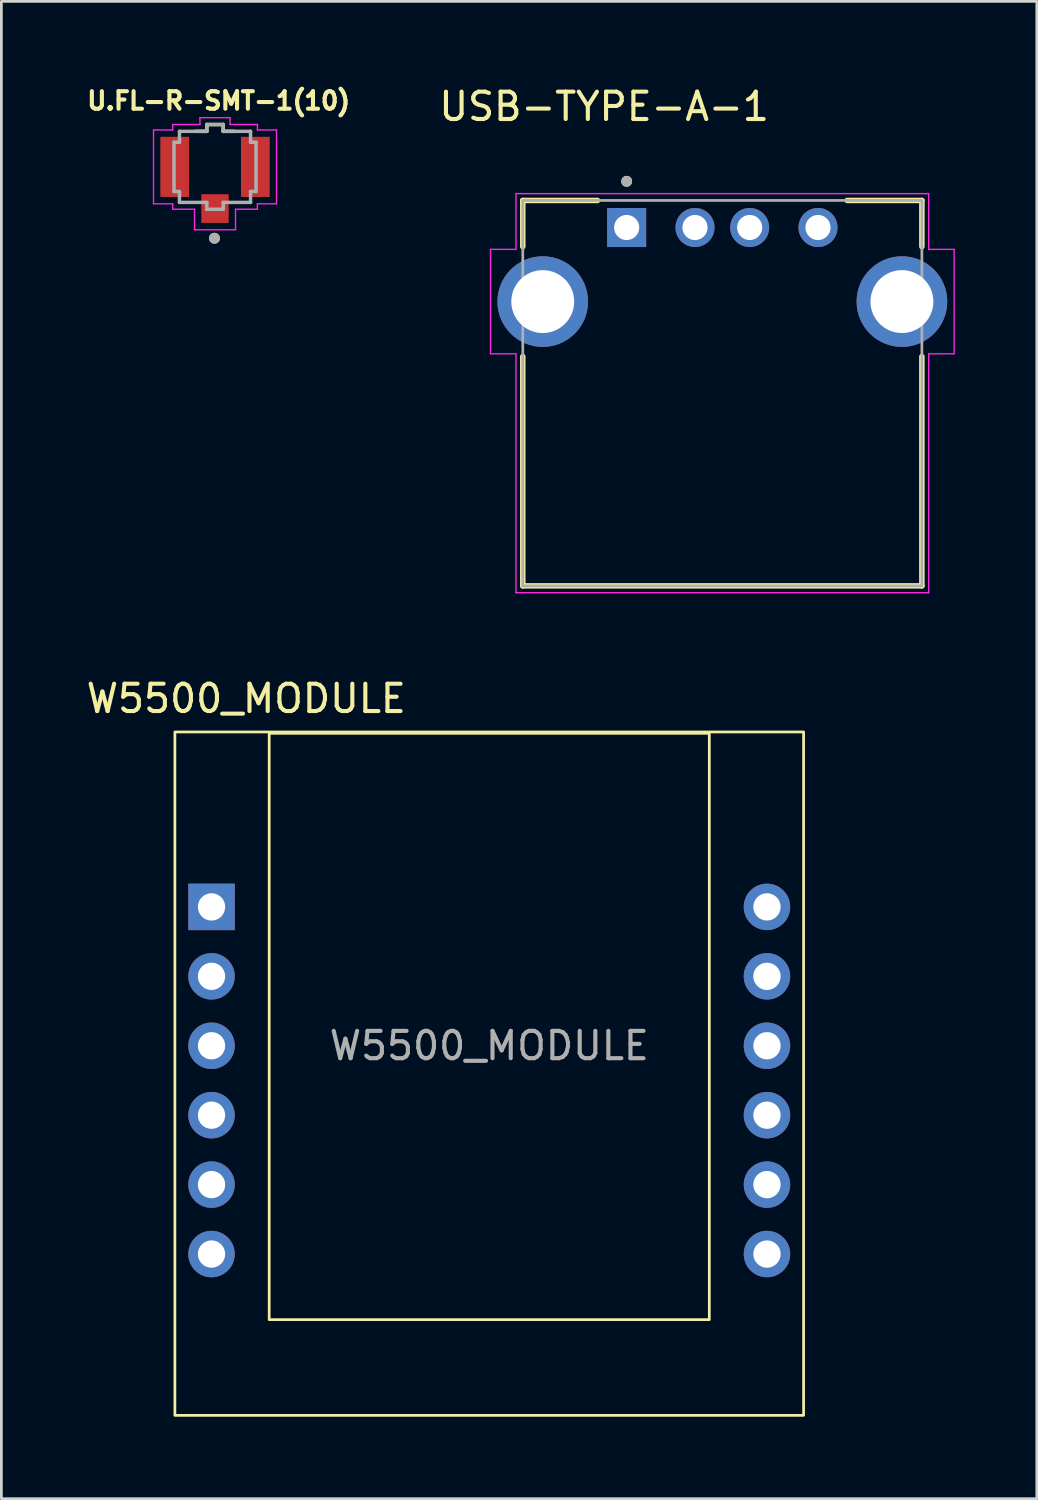
<source format=kicad_pcb>
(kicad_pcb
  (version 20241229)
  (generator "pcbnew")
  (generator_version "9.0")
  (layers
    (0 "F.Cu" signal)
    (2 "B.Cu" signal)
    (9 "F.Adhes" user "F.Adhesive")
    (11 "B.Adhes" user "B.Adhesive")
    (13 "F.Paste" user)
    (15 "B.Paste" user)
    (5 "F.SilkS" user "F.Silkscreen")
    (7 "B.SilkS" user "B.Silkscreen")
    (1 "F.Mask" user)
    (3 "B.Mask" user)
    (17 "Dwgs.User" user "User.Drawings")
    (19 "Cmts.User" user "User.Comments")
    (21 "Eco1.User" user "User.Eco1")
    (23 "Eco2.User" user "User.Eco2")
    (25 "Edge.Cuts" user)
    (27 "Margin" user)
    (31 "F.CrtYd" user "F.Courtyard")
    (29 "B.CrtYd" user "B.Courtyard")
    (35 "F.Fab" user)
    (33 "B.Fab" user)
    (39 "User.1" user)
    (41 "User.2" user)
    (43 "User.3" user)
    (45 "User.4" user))
  (footprint "U.FL-R-SMT-1(10)"
    (layer "F.Cu")
    (at 4.816 3.055)
    (property "Reference" "U.FL-R-SMT-1(10)" (at 0.134 -2.417 0) (layer "F.SilkS") (effects (font (size 0.641 0.641) (thickness 0.15))))
    (attr smd)
    (fp_line (start -0.3 -1.55) (end -0.3 -1.3) (stroke (width 0.127) (type solid)) (layer "F.SilkS"))
    (fp_line (start -0.3 -1.3) (end -0.7 -1.3) (stroke (width 0.127) (type solid)) (layer "F.SilkS"))
    (fp_line (start 0.3 -1.55) (end -0.3 -1.55) (stroke (width 0.127) (type solid)) (layer "F.SilkS"))
    (fp_line (start 0.3 -1.3) (end 0.3 -1.55) (stroke (width 0.127) (type solid)) (layer "F.SilkS"))
    (fp_line (start 0.7 -1.3) (end 0.3 -1.3) (stroke (width 0.127) (type solid)) (layer "F.SilkS"))
    (fp_circle (center -0.02 2.61) (end 0.08 2.61) (stroke (width 0.2) (type solid)) (fill no) (layer "F.SilkS"))
    (fp_line (start -2.25 -1.35) (end -1.55 -1.35) (stroke (width 0.05) (type solid)) (layer "F.CrtYd"))
    (fp_line (start -2.25 1.35) (end -2.25 -1.35) (stroke (width 0.05) (type solid)) (layer "F.CrtYd"))
    (fp_line (start -1.55 -1.55) (end -0.55 -1.55) (stroke (width 0.05) (type solid)) (layer "F.CrtYd"))
    (fp_line (start -1.55 -1.35) (end -1.55 -1.55) (stroke (width 0.05) (type solid)) (layer "F.CrtYd"))
    (fp_line (start -1.55 1.35) (end -2.25 1.35) (stroke (width 0.05) (type solid)) (layer "F.CrtYd"))
    (fp_line (start -1.55 1.35) (end -1.55 1.55) (stroke (width 0.05) (type solid)) (layer "F.CrtYd"))
    (fp_line (start -1.55 1.55) (end -0.75 1.55) (stroke (width 0.05) (type solid)) (layer "F.CrtYd"))
    (fp_line (start -0.75 1.55) (end -0.75 2.3) (stroke (width 0.05) (type solid)) (layer "F.CrtYd"))
    (fp_line (start -0.75 2.3) (end 0.75 2.3) (stroke (width 0.05) (type solid)) (layer "F.CrtYd"))
    (fp_line (start -0.55 -1.8) (end -0.55 -1.55) (stroke (width 0.05) (type solid)) (layer "F.CrtYd"))
    (fp_line (start 0.55 -1.8) (end -0.55 -1.8) (stroke (width 0.05) (type solid)) (layer "F.CrtYd"))
    (fp_line (start 0.55 -1.55) (end 0.55 -1.8) (stroke (width 0.05) (type solid)) (layer "F.CrtYd"))
    (fp_line (start 0.75 2.3) (end 0.75 1.55) (stroke (width 0.05) (type solid)) (layer "F.CrtYd"))
    (fp_line (start 1.55 -1.55) (end 0.55 -1.55) (stroke (width 0.05) (type solid)) (layer "F.CrtYd"))
    (fp_line (start 1.55 -1.35) (end 1.55 -1.55) (stroke (width 0.05) (type solid)) (layer "F.CrtYd"))
    (fp_line (start 1.55 -1.35) (end 2.25 -1.35) (stroke (width 0.05) (type solid)) (layer "F.CrtYd"))
    (fp_line (start 1.55 1.35) (end 1.55 1.55) (stroke (width 0.05) (type solid)) (layer "F.CrtYd"))
    (fp_line (start 1.55 1.55) (end 0.75 1.55) (stroke (width 0.05) (type solid)) (layer "F.CrtYd"))
    (fp_line (start 2.25 1.35) (end 1.55 1.35) (stroke (width 0.05) (type solid)) (layer "F.CrtYd"))
    (fp_line (start 2.25 1.35) (end 2.25 -1.35) (stroke (width 0.05) (type solid)) (layer "F.CrtYd"))
    (fp_line (start -1.5 -0.9) (end -1.5 0.9) (stroke (width 0.127) (type solid)) (layer "F.Fab"))
    (fp_line (start -1.5 0.9) (end -1.3 0.9) (stroke (width 0.127) (type solid)) (layer "F.Fab"))
    (fp_line (start -1.3 -1.3) (end -1.3 -0.9) (stroke (width 0.127) (type solid)) (layer "F.Fab"))
    (fp_line (start -1.3 -0.9) (end -1.5 -0.9) (stroke (width 0.127) (type solid)) (layer "F.Fab"))
    (fp_line (start -1.3 0.9) (end -1.3 1.3) (stroke (width 0.127) (type solid)) (layer "F.Fab"))
    (fp_line (start -1.3 1.3) (end -0.3 1.3) (stroke (width 0.127) (type solid)) (layer "F.Fab"))
    (fp_line (start -0.3 -1.55) (end -0.3 -1.3) (stroke (width 0.127) (type solid)) (layer "F.Fab"))
    (fp_line (start -0.3 -1.3) (end -1.3 -1.3) (stroke (width 0.127) (type solid)) (layer "F.Fab"))
    (fp_line (start -0.3 1.3) (end -0.3 1.55) (stroke (width 0.127) (type solid)) (layer "F.Fab"))
    (fp_line (start -0.3 1.55) (end 0.3 1.55) (stroke (width 0.127) (type solid)) (layer "F.Fab"))
    (fp_line (start 0.3 -1.55) (end -0.3 -1.55) (stroke (width 0.127) (type solid)) (layer "F.Fab"))
    (fp_line (start 0.3 -1.3) (end 0.3 -1.55) (stroke (width 0.127) (type solid)) (layer "F.Fab"))
    (fp_line (start 0.3 1.3) (end 1.3 1.3) (stroke (width 0.127) (type solid)) (layer "F.Fab"))
    (fp_line (start 0.3 1.55) (end 0.3 1.3) (stroke (width 0.127) (type solid)) (layer "F.Fab"))
    (fp_line (start 1.3 -1.3) (end 0.3 -1.3) (stroke (width 0.127) (type solid)) (layer "F.Fab"))
    (fp_line (start 1.3 -0.9) (end 1.3 -1.3) (stroke (width 0.127) (type solid)) (layer "F.Fab"))
    (fp_line (start 1.3 0.9) (end 1.5 0.9) (stroke (width 0.127) (type solid)) (layer "F.Fab"))
    (fp_line (start 1.3 1.3) (end 1.3 0.9) (stroke (width 0.127) (type solid)) (layer "F.Fab"))
    (fp_line (start 1.5 -0.9) (end 1.3 -0.9) (stroke (width 0.127) (type solid)) (layer "F.Fab"))
    (fp_line (start 1.5 0.9) (end 1.5 -0.9) (stroke (width 0.127) (type solid)) (layer "F.Fab"))
    (fp_circle (center -0.02 2.61) (end 0.08 2.61) (stroke (width 0.2) (type solid)) (fill no) (layer "F.Fab"))
    (pad "1" smd rect (at 0 1.525) (size 1 1.05) (layers "F.Cu" "F.Mask" "F.Paste"))
    (pad "2" smd rect (at 1.475 0) (size 1.05 2.2) (layers "F.Cu" "F.Mask" "F.Paste"))
    (pad "3" smd rect (at -1.475 0) (size 1.05 2.2) (layers "F.Cu" "F.Mask" "F.Paste"))
    (zone (net_name "") (layer "F.Cu") (hatch full 0.508) (connect_pads) (min_thickness 0.01) (filled_areas_thickness no) (keepout (tracks not_allowed) (vias not_allowed) (pads not_allowed) (copperpour not_allowed) (footprints allowed)) (placement (enabled no)) (fill) (polygon (pts (xy 5.766 1.955) (xy 5.766 4.055) (xy 3.866 4.055) (xy 3.866 1.955))))
    (zone (net_name "") (layers "F.Cu" "B.Cu") (hatch full 0.508) (connect_pads) (min_thickness 0.01) (filled_areas_thickness no) (keepout (tracks allowed) (vias not_allowed) (pads allowed) (copperpour allowed) (footprints allowed)) (placement (enabled no)) (fill) (polygon (pts (xy 5.766 1.955) (xy 5.766 4.055) (xy 3.866 4.055) (xy 3.866 1.955)))))
  (footprint "USB-TYPE-A-1"
    (layer "F.Cu")
    (at 23.375 7.983)
    (property "Reference" "USB-TYPE-A-1" (at -4.325 -7.135 0) (layer "F.SilkS") (effects (font (size 1 1) (thickness 0.15))))
    (attr through_hole)
    (fp_line (start -7.3 -3.7) (end -4.565 -3.7) (stroke (width 0.2) (type solid)) (layer "F.SilkS"))
    (fp_line (start -7.3 -2.01) (end -7.3 -3.7) (stroke (width 0.2) (type solid)) (layer "F.SilkS"))
    (fp_line (start -7.3 10.4) (end -7.3 2.01) (stroke (width 0.2) (type solid)) (layer "F.SilkS"))
    (fp_line (start 4.565 -3.7) (end 7.3 -3.7) (stroke (width 0.2) (type solid)) (layer "F.SilkS"))
    (fp_line (start 7.3 -3.7) (end 7.3 -2.01) (stroke (width 0.2) (type solid)) (layer "F.SilkS"))
    (fp_line (start 7.3 2.01) (end 7.3 10.4) (stroke (width 0.2) (type solid)) (layer "F.SilkS"))
    (fp_line (start 7.3 10.4) (end -7.3 10.4) (stroke (width 0.2) (type solid)) (layer "F.SilkS"))
    (fp_circle (center -3.5 -4.4) (end -3.4 -4.4) (stroke (width 0.2) (type solid)) (fill no) (layer "F.SilkS"))
    (fp_line (start -8.48 -1.91) (end -7.55 -1.91) (stroke (width 0.05) (type solid)) (layer "F.CrtYd"))
    (fp_line (start -8.48 1.91) (end -8.48 -1.91) (stroke (width 0.05) (type solid)) (layer "F.CrtYd"))
    (fp_line (start -7.55 -3.95) (end 7.55 -3.95) (stroke (width 0.05) (type solid)) (layer "F.CrtYd"))
    (fp_line (start -7.55 -1.91) (end -7.55 -3.95) (stroke (width 0.05) (type solid)) (layer "F.CrtYd"))
    (fp_line (start -7.55 1.91) (end -8.48 1.91) (stroke (width 0.05) (type solid)) (layer "F.CrtYd"))
    (fp_line (start -7.55 10.65) (end -7.55 1.91) (stroke (width 0.05) (type solid)) (layer "F.CrtYd"))
    (fp_line (start 7.55 -3.95) (end 7.55 -1.91) (stroke (width 0.05) (type solid)) (layer "F.CrtYd"))
    (fp_line (start 7.55 -1.91) (end 8.48 -1.91) (stroke (width 0.05) (type solid)) (layer "F.CrtYd"))
    (fp_line (start 7.55 1.91) (end 7.55 10.65) (stroke (width 0.05) (type solid)) (layer "F.CrtYd"))
    (fp_line (start 7.55 10.65) (end -7.55 10.65) (stroke (width 0.05) (type solid)) (layer "F.CrtYd"))
    (fp_line (start 8.48 -1.91) (end 8.48 1.91) (stroke (width 0.05) (type solid)) (layer "F.CrtYd"))
    (fp_line (start 8.48 1.91) (end 7.55 1.91) (stroke (width 0.05) (type solid)) (layer "F.CrtYd"))
    (fp_line (start -7.3 -3.7) (end 7.3 -3.7) (stroke (width 0.1) (type solid)) (layer "F.Fab"))
    (fp_line (start -7.3 10.4) (end -7.3 -3.7) (stroke (width 0.1) (type solid)) (layer "F.Fab"))
    (fp_line (start 7.3 -3.7) (end 7.3 10.4) (stroke (width 0.1) (type solid)) (layer "F.Fab"))
    (fp_line (start 7.3 10.4) (end -7.3 10.4) (stroke (width 0.1) (type solid)) (layer "F.Fab"))
    (fp_circle (center -3.5 -4.4) (end -3.4 -4.4) (stroke (width 0.2) (type solid)) (fill no) (layer "F.Fab"))
    (pad "01" thru_hole rect (at -3.5 -2.71) (size 1.428 1.428) (drill 0.92) (layers "*.Cu" "*.Mask"))
    (pad "02" thru_hole circle (at -1 -2.71) (size 1.428 1.428) (drill 0.92) (layers "*.Cu" "*.Mask"))
    (pad "03" thru_hole circle (at 1 -2.71) (size 1.428 1.428) (drill 0.92) (layers "*.Cu" "*.Mask"))
    (pad "04" thru_hole circle (at 3.5 -2.71) (size 1.428 1.428) (drill 0.92) (layers "*.Cu" "*.Mask"))
    (pad "S1" thru_hole circle (at -6.57 0) (size 3.316 3.316) (drill 2.3) (layers "*.Cu" "*.Mask"))
    (pad "S2" thru_hole circle (at 6.57 0) (size 3.316 3.316) (drill 2.3) (layers "*.Cu" "*.Mask")))
  (footprint "W5500_MODULE"
    (layer "F.Cu")
    (at 14.848 36.477)
    (property "Reference" "W5500_MODULE" (at -8.89 -13.97 0) (layer "F.SilkS") (effects (font (size 1 1) (thickness 0.15))))
    (attr through_hole)
    (fp_rect (start -11.5 -12.75) (end 11.5 12.25) (stroke (width 0.1) (type default)) (fill no) (layer "F.SilkS"))
    (fp_rect (start -8.05 -12.7) (end 8.05 8.75) (stroke (width 0.1) (type default)) (fill no) (layer "F.SilkS"))
    (fp_text user "${REFERENCE}" (at 0 -1.27 180) (layer "F.Fab") (effects (font (size 1 1) (thickness 0.15))))
    (pad "1" thru_hole rect (at -10.16 -6.35) (size 1.7 1.7) (drill 1) (layers "*.Cu" "*.Mask"))
    (pad "2" thru_hole oval (at -10.16 -3.81) (size 1.7 1.7) (drill 1) (layers "*.Cu" "*.Mask"))
    (pad "3" thru_hole oval (at -10.16 -1.27) (size 1.7 1.7) (drill 1) (layers "*.Cu" "*.Mask"))
    (pad "4" thru_hole oval (at -10.16 1.27) (size 1.7 1.7) (drill 1) (layers "*.Cu" "*.Mask"))
    (pad "5" thru_hole oval (at -10.16 3.81) (size 1.7 1.7) (drill 1) (layers "*.Cu" "*.Mask"))
    (pad "6" thru_hole oval (at -10.16 6.35) (size 1.7 1.7) (drill 1) (layers "*.Cu" "*.Mask"))
    (pad "7" thru_hole oval (at 10.16 6.35) (size 1.7 1.7) (drill 1) (layers "*.Cu" "*.Mask"))
    (pad "8" thru_hole oval (at 10.16 3.81) (size 1.7 1.7) (drill 1) (layers "*.Cu" "*.Mask"))
    (pad "9" thru_hole oval (at 10.16 1.27) (size 1.7 1.7) (drill 1) (layers "*.Cu" "*.Mask"))
    (pad "10" thru_hole oval (at 10.16 -1.27) (size 1.7 1.7) (drill 1) (layers "*.Cu" "*.Mask"))
    (pad "11" thru_hole oval (at 10.16 -3.81) (size 1.7 1.7) (drill 1) (layers "*.Cu" "*.Mask"))
    (pad "12" thru_hole oval (at 10.16 -6.35) (size 1.7 1.7) (drill 1) (layers "*.Cu" "*.Mask")))
  (gr_rect
    (start -3 -3)
    (end 34.88 51.776)
    (stroke (width 0.1) (type default))
    (fill no)
    (layer "Edge.Cuts")))
</source>
